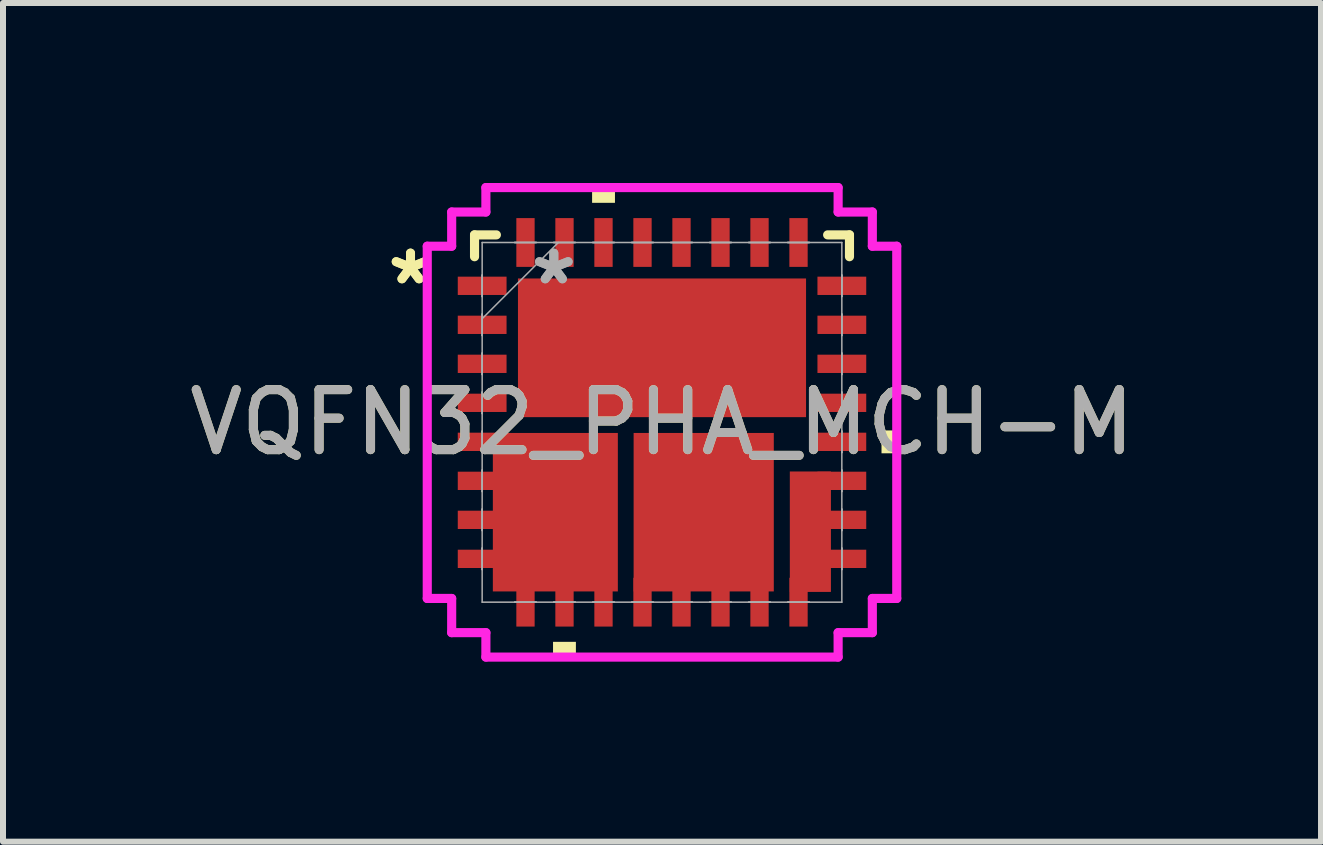
<source format=kicad_pcb>
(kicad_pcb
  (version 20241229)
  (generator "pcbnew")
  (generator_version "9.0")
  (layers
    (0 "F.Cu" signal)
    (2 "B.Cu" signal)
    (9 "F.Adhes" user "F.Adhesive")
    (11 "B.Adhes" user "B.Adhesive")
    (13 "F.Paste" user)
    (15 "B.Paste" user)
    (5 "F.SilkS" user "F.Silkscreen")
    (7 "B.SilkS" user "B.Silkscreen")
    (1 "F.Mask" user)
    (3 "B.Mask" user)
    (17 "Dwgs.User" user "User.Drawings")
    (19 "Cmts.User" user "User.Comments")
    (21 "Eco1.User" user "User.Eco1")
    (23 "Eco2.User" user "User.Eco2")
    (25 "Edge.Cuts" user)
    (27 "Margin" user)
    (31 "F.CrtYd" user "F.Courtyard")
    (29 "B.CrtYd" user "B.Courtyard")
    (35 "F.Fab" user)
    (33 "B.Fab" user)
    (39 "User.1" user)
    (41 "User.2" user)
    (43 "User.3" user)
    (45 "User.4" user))
  (footprint "VQFN32_PHA_MCH-M"
    (layer "F.Cu")
    (at 7.982 3.988)
    (property "Reference" "VQFN32_PHA_MCH-M" (at 0 0 0) (unlocked yes) (layer "F.SilkS") (effects (font (size 1 1) (thickness 0.15))))
    (attr smd)
    (fp_poly (pts (xy -2.819 0.177) (xy -0.736 0.177) (xy -0.736 2.818) (xy -2.819 2.818)) (stroke (width 0) (type solid)) (fill yes) (layer "F.Cu"))
    (fp_poly (pts (xy -0.473 0.177) (xy 1.863 0.177) (xy 1.863 2.818) (xy -0.473 2.818)) (stroke (width 0) (type solid)) (fill yes) (layer "F.Cu"))
    (fp_poly (pts (xy 2.13 0.819) (xy 2.815 0.819) (xy 2.815 2.826) (xy 2.13 2.826)) (stroke (width 0) (type solid)) (fill yes) (layer "F.Cu"))
    (fp_poly (pts (xy -2.819 0.177) (xy -0.736 0.177) (xy -0.736 2.818) (xy -2.819 2.818)) (stroke (width 0) (type solid)) (fill yes) (layer "F.Mask"))
    (fp_poly (pts (xy -0.473 0.177) (xy 1.863 0.177) (xy 1.863 2.818) (xy -0.473 2.818)) (stroke (width 0) (type solid)) (fill yes) (layer "F.Mask"))
    (fp_poly (pts (xy 2.13 0.819) (xy 2.815 0.819) (xy 2.815 2.826) (xy 2.13 2.826)) (stroke (width 0) (type solid)) (fill yes) (layer "F.Mask"))
    (fp_line (start -3.124 -3.124) (end -3.124 -2.76) (stroke (width 0.152) (type solid)) (layer "F.SilkS"))
    (fp_line (start -2.76 -3.124) (end -3.124 -3.124) (stroke (width 0.152) (type solid)) (layer "F.SilkS"))
    (fp_line (start 3.124 -3.124) (end 2.76 -3.124) (stroke (width 0.152) (type solid)) (layer "F.SilkS"))
    (fp_line (start 3.124 -2.76) (end 3.124 -3.124) (stroke (width 0.152) (type solid)) (layer "F.SilkS"))
    (fp_poly (pts (xy -1.816 3.658) (xy -1.816 3.912) (xy -1.435 3.912) (xy -1.435 3.658)) (stroke (width 0) (type solid)) (fill yes) (layer "F.SilkS"))
    (fp_poly (pts (xy -1.165 -3.658) (xy -1.165 -3.912) (xy -0.784 -3.912) (xy -0.784 -3.658)) (stroke (width 0) (type solid)) (fill yes) (layer "F.SilkS"))
    (fp_poly (pts (xy 3.912 0.135) (xy 3.912 0.516) (xy 3.658 0.516) (xy 3.658 0.135)) (stroke (width 0) (type solid)) (fill yes) (layer "F.SilkS"))
    (fp_poly (pts (xy -2.819 0.177) (xy -0.736 0.177) (xy -0.736 2.818) (xy -2.819 2.818)) (stroke (width 0) (type solid)) (fill yes) (layer "F.Paste"))
    (fp_poly (pts (xy -0.473 0.177) (xy 1.863 0.177) (xy 1.863 2.818) (xy -0.473 2.818)) (stroke (width 0) (type solid)) (fill yes) (layer "F.Paste"))
    (fp_poly (pts (xy 2.13 0.819) (xy 2.815 0.819) (xy 2.815 2.826) (xy 2.13 2.826)) (stroke (width 0) (type solid)) (fill yes) (layer "F.Paste"))
    (fp_line (start -3.912 -2.935) (end -3.505 -2.935) (stroke (width 0.152) (type solid)) (layer "F.CrtYd"))
    (fp_line (start -3.912 2.935) (end -3.912 -2.935) (stroke (width 0.152) (type solid)) (layer "F.CrtYd"))
    (fp_line (start -3.505 -3.505) (end -2.935 -3.505) (stroke (width 0.152) (type solid)) (layer "F.CrtYd"))
    (fp_line (start -3.505 -2.935) (end -3.505 -3.505) (stroke (width 0.152) (type solid)) (layer "F.CrtYd"))
    (fp_line (start -3.505 2.935) (end -3.912 2.935) (stroke (width 0.152) (type solid)) (layer "F.CrtYd"))
    (fp_line (start -3.505 3.505) (end -3.505 2.935) (stroke (width 0.152) (type solid)) (layer "F.CrtYd"))
    (fp_line (start -2.935 -3.912) (end 2.935 -3.912) (stroke (width 0.152) (type solid)) (layer "F.CrtYd"))
    (fp_line (start -2.935 -3.505) (end -2.935 -3.912) (stroke (width 0.152) (type solid)) (layer "F.CrtYd"))
    (fp_line (start -2.935 3.505) (end -3.505 3.505) (stroke (width 0.152) (type solid)) (layer "F.CrtYd"))
    (fp_line (start -2.935 3.912) (end -2.935 3.505) (stroke (width 0.152) (type solid)) (layer "F.CrtYd"))
    (fp_line (start 2.935 -3.912) (end 2.935 -3.505) (stroke (width 0.152) (type solid)) (layer "F.CrtYd"))
    (fp_line (start 2.935 -3.505) (end 3.505 -3.505) (stroke (width 0.152) (type solid)) (layer "F.CrtYd"))
    (fp_line (start 2.935 3.505) (end 2.935 3.912) (stroke (width 0.152) (type solid)) (layer "F.CrtYd"))
    (fp_line (start 2.935 3.912) (end -2.935 3.912) (stroke (width 0.152) (type solid)) (layer "F.CrtYd"))
    (fp_line (start 3.505 -3.505) (end 3.505 -2.935) (stroke (width 0.152) (type solid)) (layer "F.CrtYd"))
    (fp_line (start 3.505 -2.935) (end 3.912 -2.935) (stroke (width 0.152) (type solid)) (layer "F.CrtYd"))
    (fp_line (start 3.505 2.935) (end 3.505 3.505) (stroke (width 0.152) (type solid)) (layer "F.CrtYd"))
    (fp_line (start 3.505 3.505) (end 2.935 3.505) (stroke (width 0.152) (type solid)) (layer "F.CrtYd"))
    (fp_line (start 3.912 -2.935) (end 3.912 2.935) (stroke (width 0.152) (type solid)) (layer "F.CrtYd"))
    (fp_line (start 3.912 2.935) (end 3.505 2.935) (stroke (width 0.152) (type solid)) (layer "F.CrtYd"))
    (fp_line (start -2.997 -2.997) (end -2.997 2.997) (stroke (width 0.025) (type solid)) (layer "F.Fab"))
    (fp_line (start -2.997 -2.453) (end -2.997 -2.453) (stroke (width 0.025) (type solid)) (layer "F.Fab"))
    (fp_line (start -2.997 -2.453) (end -2.997 -2.097) (stroke (width 0.025) (type solid)) (layer "F.Fab"))
    (fp_line (start -2.997 -2.097) (end -2.997 -2.453) (stroke (width 0.025) (type solid)) (layer "F.Fab"))
    (fp_line (start -2.997 -2.097) (end -2.997 -2.097) (stroke (width 0.025) (type solid)) (layer "F.Fab"))
    (fp_line (start -2.997 -1.803) (end -2.997 -1.803) (stroke (width 0.025) (type solid)) (layer "F.Fab"))
    (fp_line (start -2.997 -1.803) (end -2.997 -1.447) (stroke (width 0.025) (type solid)) (layer "F.Fab"))
    (fp_line (start -2.997 -1.727) (end -1.727 -2.997) (stroke (width 0.025) (type solid)) (layer "F.Fab"))
    (fp_line (start -2.997 -1.447) (end -2.997 -1.803) (stroke (width 0.025) (type solid)) (layer "F.Fab"))
    (fp_line (start -2.997 -1.447) (end -2.997 -1.447) (stroke (width 0.025) (type solid)) (layer "F.Fab"))
    (fp_line (start -2.997 -1.153) (end -2.997 -1.153) (stroke (width 0.025) (type solid)) (layer "F.Fab"))
    (fp_line (start -2.997 -1.153) (end -2.997 -0.797) (stroke (width 0.025) (type solid)) (layer "F.Fab"))
    (fp_line (start -2.997 -0.797) (end -2.997 -1.153) (stroke (width 0.025) (type solid)) (layer "F.Fab"))
    (fp_line (start -2.997 -0.797) (end -2.997 -0.797) (stroke (width 0.025) (type solid)) (layer "F.Fab"))
    (fp_line (start -2.997 -0.503) (end -2.997 -0.503) (stroke (width 0.025) (type solid)) (layer "F.Fab"))
    (fp_line (start -2.997 -0.503) (end -2.997 -0.147) (stroke (width 0.025) (type solid)) (layer "F.Fab"))
    (fp_line (start -2.997 -0.147) (end -2.997 -0.503) (stroke (width 0.025) (type solid)) (layer "F.Fab"))
    (fp_line (start -2.997 -0.147) (end -2.997 -0.147) (stroke (width 0.025) (type solid)) (layer "F.Fab"))
    (fp_line (start -2.997 0.147) (end -2.997 0.147) (stroke (width 0.025) (type solid)) (layer "F.Fab"))
    (fp_line (start -2.997 0.147) (end -2.997 0.503) (stroke (width 0.025) (type solid)) (layer "F.Fab"))
    (fp_line (start -2.997 0.503) (end -2.997 0.147) (stroke (width 0.025) (type solid)) (layer "F.Fab"))
    (fp_line (start -2.997 0.503) (end -2.997 0.503) (stroke (width 0.025) (type solid)) (layer "F.Fab"))
    (fp_line (start -2.997 0.797) (end -2.997 0.797) (stroke (width 0.025) (type solid)) (layer "F.Fab"))
    (fp_line (start -2.997 0.797) (end -2.997 1.153) (stroke (width 0.025) (type solid)) (layer "F.Fab"))
    (fp_line (start -2.997 1.153) (end -2.997 0.797) (stroke (width 0.025) (type solid)) (layer "F.Fab"))
    (fp_line (start -2.997 1.153) (end -2.997 1.153) (stroke (width 0.025) (type solid)) (layer "F.Fab"))
    (fp_line (start -2.997 1.447) (end -2.997 1.447) (stroke (width 0.025) (type solid)) (layer "F.Fab"))
    (fp_line (start -2.997 1.447) (end -2.997 1.803) (stroke (width 0.025) (type solid)) (layer "F.Fab"))
    (fp_line (start -2.997 1.803) (end -2.997 1.447) (stroke (width 0.025) (type solid)) (layer "F.Fab"))
    (fp_line (start -2.997 1.803) (end -2.997 1.803) (stroke (width 0.025) (type solid)) (layer "F.Fab"))
    (fp_line (start -2.997 2.097) (end -2.997 2.097) (stroke (width 0.025) (type solid)) (layer "F.Fab"))
    (fp_line (start -2.997 2.097) (end -2.997 2.453) (stroke (width 0.025) (type solid)) (layer "F.Fab"))
    (fp_line (start -2.997 2.453) (end -2.997 2.097) (stroke (width 0.025) (type solid)) (layer "F.Fab"))
    (fp_line (start -2.997 2.453) (end -2.997 2.453) (stroke (width 0.025) (type solid)) (layer "F.Fab"))
    (fp_line (start -2.997 2.997) (end 2.997 2.997) (stroke (width 0.025) (type solid)) (layer "F.Fab"))
    (fp_line (start -2.453 -2.997) (end -2.453 -2.997) (stroke (width 0.025) (type solid)) (layer "F.Fab"))
    (fp_line (start -2.453 -2.997) (end -2.097 -2.997) (stroke (width 0.025) (type solid)) (layer "F.Fab"))
    (fp_line (start -2.453 2.997) (end -2.453 2.997) (stroke (width 0.025) (type solid)) (layer "F.Fab"))
    (fp_line (start -2.453 2.997) (end -2.097 2.997) (stroke (width 0.025) (type solid)) (layer "F.Fab"))
    (fp_line (start -2.097 -2.997) (end -2.453 -2.997) (stroke (width 0.025) (type solid)) (layer "F.Fab"))
    (fp_line (start -2.097 -2.997) (end -2.097 -2.997) (stroke (width 0.025) (type solid)) (layer "F.Fab"))
    (fp_line (start -2.097 2.997) (end -2.453 2.997) (stroke (width 0.025) (type solid)) (layer "F.Fab"))
    (fp_line (start -2.097 2.997) (end -2.097 2.997) (stroke (width 0.025) (type solid)) (layer "F.Fab"))
    (fp_line (start -1.803 -2.997) (end -1.803 -2.997) (stroke (width 0.025) (type solid)) (layer "F.Fab"))
    (fp_line (start -1.803 -2.997) (end -1.447 -2.997) (stroke (width 0.025) (type solid)) (layer "F.Fab"))
    (fp_line (start -1.803 2.997) (end -1.803 2.997) (stroke (width 0.025) (type solid)) (layer "F.Fab"))
    (fp_line (start -1.803 2.997) (end -1.447 2.997) (stroke (width 0.025) (type solid)) (layer "F.Fab"))
    (fp_line (start -1.447 -2.997) (end -1.803 -2.997) (stroke (width 0.025) (type solid)) (layer "F.Fab"))
    (fp_line (start -1.447 -2.997) (end -1.447 -2.997) (stroke (width 0.025) (type solid)) (layer "F.Fab"))
    (fp_line (start -1.447 2.997) (end -1.803 2.997) (stroke (width 0.025) (type solid)) (layer "F.Fab"))
    (fp_line (start -1.447 2.997) (end -1.447 2.997) (stroke (width 0.025) (type solid)) (layer "F.Fab"))
    (fp_line (start -1.153 -2.997) (end -1.153 -2.997) (stroke (width 0.025) (type solid)) (layer "F.Fab"))
    (fp_line (start -1.153 -2.997) (end -0.797 -2.997) (stroke (width 0.025) (type solid)) (layer "F.Fab"))
    (fp_line (start -1.153 2.997) (end -1.153 2.997) (stroke (width 0.025) (type solid)) (layer "F.Fab"))
    (fp_line (start -1.153 2.997) (end -0.797 2.997) (stroke (width 0.025) (type solid)) (layer "F.Fab"))
    (fp_line (start -0.797 -2.997) (end -1.153 -2.997) (stroke (width 0.025) (type solid)) (layer "F.Fab"))
    (fp_line (start -0.797 -2.997) (end -0.797 -2.997) (stroke (width 0.025) (type solid)) (layer "F.Fab"))
    (fp_line (start -0.797 2.997) (end -1.153 2.997) (stroke (width 0.025) (type solid)) (layer "F.Fab"))
    (fp_line (start -0.797 2.997) (end -0.797 2.997) (stroke (width 0.025) (type solid)) (layer "F.Fab"))
    (fp_line (start -0.503 -2.997) (end -0.503 -2.997) (stroke (width 0.025) (type solid)) (layer "F.Fab"))
    (fp_line (start -0.503 -2.997) (end -0.147 -2.997) (stroke (width 0.025) (type solid)) (layer "F.Fab"))
    (fp_line (start -0.503 2.997) (end -0.503 2.997) (stroke (width 0.025) (type solid)) (layer "F.Fab"))
    (fp_line (start -0.503 2.997) (end -0.147 2.997) (stroke (width 0.025) (type solid)) (layer "F.Fab"))
    (fp_line (start -0.147 -2.997) (end -0.503 -2.997) (stroke (width 0.025) (type solid)) (layer "F.Fab"))
    (fp_line (start -0.147 -2.997) (end -0.147 -2.997) (stroke (width 0.025) (type solid)) (layer "F.Fab"))
    (fp_line (start -0.147 2.997) (end -0.503 2.997) (stroke (width 0.025) (type solid)) (layer "F.Fab"))
    (fp_line (start -0.147 2.997) (end -0.147 2.997) (stroke (width 0.025) (type solid)) (layer "F.Fab"))
    (fp_line (start 0.147 -2.997) (end 0.147 -2.997) (stroke (width 0.025) (type solid)) (layer "F.Fab"))
    (fp_line (start 0.147 -2.997) (end 0.503 -2.997) (stroke (width 0.025) (type solid)) (layer "F.Fab"))
    (fp_line (start 0.147 2.997) (end 0.147 2.997) (stroke (width 0.025) (type solid)) (layer "F.Fab"))
    (fp_line (start 0.147 2.997) (end 0.503 2.997) (stroke (width 0.025) (type solid)) (layer "F.Fab"))
    (fp_line (start 0.503 -2.997) (end 0.147 -2.997) (stroke (width 0.025) (type solid)) (layer "F.Fab"))
    (fp_line (start 0.503 -2.997) (end 0.503 -2.997) (stroke (width 0.025) (type solid)) (layer "F.Fab"))
    (fp_line (start 0.503 2.997) (end 0.147 2.997) (stroke (width 0.025) (type solid)) (layer "F.Fab"))
    (fp_line (start 0.503 2.997) (end 0.503 2.997) (stroke (width 0.025) (type solid)) (layer "F.Fab"))
    (fp_line (start 0.797 -2.997) (end 0.797 -2.997) (stroke (width 0.025) (type solid)) (layer "F.Fab"))
    (fp_line (start 0.797 -2.997) (end 1.153 -2.997) (stroke (width 0.025) (type solid)) (layer "F.Fab"))
    (fp_line (start 0.797 2.997) (end 0.797 2.997) (stroke (width 0.025) (type solid)) (layer "F.Fab"))
    (fp_line (start 0.797 2.997) (end 1.153 2.997) (stroke (width 0.025) (type solid)) (layer "F.Fab"))
    (fp_line (start 1.153 -2.997) (end 0.797 -2.997) (stroke (width 0.025) (type solid)) (layer "F.Fab"))
    (fp_line (start 1.153 -2.997) (end 1.153 -2.997) (stroke (width 0.025) (type solid)) (layer "F.Fab"))
    (fp_line (start 1.153 2.997) (end 0.797 2.997) (stroke (width 0.025) (type solid)) (layer "F.Fab"))
    (fp_line (start 1.153 2.997) (end 1.153 2.997) (stroke (width 0.025) (type solid)) (layer "F.Fab"))
    (fp_line (start 1.447 -2.997) (end 1.447 -2.997) (stroke (width 0.025) (type solid)) (layer "F.Fab"))
    (fp_line (start 1.447 -2.997) (end 1.803 -2.997) (stroke (width 0.025) (type solid)) (layer "F.Fab"))
    (fp_line (start 1.447 2.997) (end 1.447 2.997) (stroke (width 0.025) (type solid)) (layer "F.Fab"))
    (fp_line (start 1.447 2.997) (end 1.803 2.997) (stroke (width 0.025) (type solid)) (layer "F.Fab"))
    (fp_line (start 1.803 -2.997) (end 1.447 -2.997) (stroke (width 0.025) (type solid)) (layer "F.Fab"))
    (fp_line (start 1.803 -2.997) (end 1.803 -2.997) (stroke (width 0.025) (type solid)) (layer "F.Fab"))
    (fp_line (start 1.803 2.997) (end 1.447 2.997) (stroke (width 0.025) (type solid)) (layer "F.Fab"))
    (fp_line (start 1.803 2.997) (end 1.803 2.997) (stroke (width 0.025) (type solid)) (layer "F.Fab"))
    (fp_line (start 2.097 -2.997) (end 2.097 -2.997) (stroke (width 0.025) (type solid)) (layer "F.Fab"))
    (fp_line (start 2.097 -2.997) (end 2.453 -2.997) (stroke (width 0.025) (type solid)) (layer "F.Fab"))
    (fp_line (start 2.097 2.997) (end 2.097 2.997) (stroke (width 0.025) (type solid)) (layer "F.Fab"))
    (fp_line (start 2.097 2.997) (end 2.453 2.997) (stroke (width 0.025) (type solid)) (layer "F.Fab"))
    (fp_line (start 2.453 -2.997) (end 2.097 -2.997) (stroke (width 0.025) (type solid)) (layer "F.Fab"))
    (fp_line (start 2.453 -2.997) (end 2.453 -2.997) (stroke (width 0.025) (type solid)) (layer "F.Fab"))
    (fp_line (start 2.453 2.997) (end 2.097 2.997) (stroke (width 0.025) (type solid)) (layer "F.Fab"))
    (fp_line (start 2.453 2.997) (end 2.453 2.997) (stroke (width 0.025) (type solid)) (layer "F.Fab"))
    (fp_line (start 2.997 -2.997) (end -2.997 -2.997) (stroke (width 0.025) (type solid)) (layer "F.Fab"))
    (fp_line (start 2.997 -2.453) (end 2.997 -2.453) (stroke (width 0.025) (type solid)) (layer "F.Fab"))
    (fp_line (start 2.997 -2.453) (end 2.997 -2.097) (stroke (width 0.025) (type solid)) (layer "F.Fab"))
    (fp_line (start 2.997 -2.097) (end 2.997 -2.453) (stroke (width 0.025) (type solid)) (layer "F.Fab"))
    (fp_line (start 2.997 -2.097) (end 2.997 -2.097) (stroke (width 0.025) (type solid)) (layer "F.Fab"))
    (fp_line (start 2.997 -1.803) (end 2.997 -1.803) (stroke (width 0.025) (type solid)) (layer "F.Fab"))
    (fp_line (start 2.997 -1.803) (end 2.997 -1.447) (stroke (width 0.025) (type solid)) (layer "F.Fab"))
    (fp_line (start 2.997 -1.447) (end 2.997 -1.803) (stroke (width 0.025) (type solid)) (layer "F.Fab"))
    (fp_line (start 2.997 -1.447) (end 2.997 -1.447) (stroke (width 0.025) (type solid)) (layer "F.Fab"))
    (fp_line (start 2.997 -1.153) (end 2.997 -1.153) (stroke (width 0.025) (type solid)) (layer "F.Fab"))
    (fp_line (start 2.997 -1.153) (end 2.997 -0.797) (stroke (width 0.025) (type solid)) (layer "F.Fab"))
    (fp_line (start 2.997 -0.797) (end 2.997 -1.153) (stroke (width 0.025) (type solid)) (layer "F.Fab"))
    (fp_line (start 2.997 -0.797) (end 2.997 -0.797) (stroke (width 0.025) (type solid)) (layer "F.Fab"))
    (fp_line (start 2.997 -0.503) (end 2.997 -0.503) (stroke (width 0.025) (type solid)) (layer "F.Fab"))
    (fp_line (start 2.997 -0.503) (end 2.997 -0.147) (stroke (width 0.025) (type solid)) (layer "F.Fab"))
    (fp_line (start 2.997 -0.147) (end 2.997 -0.503) (stroke (width 0.025) (type solid)) (layer "F.Fab"))
    (fp_line (start 2.997 -0.147) (end 2.997 -0.147) (stroke (width 0.025) (type solid)) (layer "F.Fab"))
    (fp_line (start 2.997 0.147) (end 2.997 0.147) (stroke (width 0.025) (type solid)) (layer "F.Fab"))
    (fp_line (start 2.997 0.147) (end 2.997 0.503) (stroke (width 0.025) (type solid)) (layer "F.Fab"))
    (fp_line (start 2.997 0.503) (end 2.997 0.147) (stroke (width 0.025) (type solid)) (layer "F.Fab"))
    (fp_line (start 2.997 0.503) (end 2.997 0.503) (stroke (width 0.025) (type solid)) (layer "F.Fab"))
    (fp_line (start 2.997 0.797) (end 2.997 0.797) (stroke (width 0.025) (type solid)) (layer "F.Fab"))
    (fp_line (start 2.997 0.797) (end 2.997 1.153) (stroke (width 0.025) (type solid)) (layer "F.Fab"))
    (fp_line (start 2.997 1.153) (end 2.997 0.797) (stroke (width 0.025) (type solid)) (layer "F.Fab"))
    (fp_line (start 2.997 1.153) (end 2.997 1.153) (stroke (width 0.025) (type solid)) (layer "F.Fab"))
    (fp_line (start 2.997 1.447) (end 2.997 1.447) (stroke (width 0.025) (type solid)) (layer "F.Fab"))
    (fp_line (start 2.997 1.447) (end 2.997 1.803) (stroke (width 0.025) (type solid)) (layer "F.Fab"))
    (fp_line (start 2.997 1.803) (end 2.997 1.447) (stroke (width 0.025) (type solid)) (layer "F.Fab"))
    (fp_line (start 2.997 1.803) (end 2.997 1.803) (stroke (width 0.025) (type solid)) (layer "F.Fab"))
    (fp_line (start 2.997 2.097) (end 2.997 2.097) (stroke (width 0.025) (type solid)) (layer "F.Fab"))
    (fp_line (start 2.997 2.097) (end 2.997 2.453) (stroke (width 0.025) (type solid)) (layer "F.Fab"))
    (fp_line (start 2.997 2.453) (end 2.997 2.097) (stroke (width 0.025) (type solid)) (layer "F.Fab"))
    (fp_line (start 2.997 2.453) (end 2.997 2.453) (stroke (width 0.025) (type solid)) (layer "F.Fab"))
    (fp_line (start 2.997 2.997) (end 2.997 -2.997) (stroke (width 0.025) (type solid)) (layer "F.Fab"))
    (fp_text user "*" (at -4.191 -2.275 0) (unlocked yes) (layer "F.SilkS") (effects (font (size 1 1) (thickness 0.15))))
    (fp_text user "*" (at -4.191 -2.275 0) (layer "F.SilkS") (effects (font (size 1 1) (thickness 0.15))))
    (fp_text user "${REFERENCE}" (at 0 0 0) (unlocked yes) (layer "F.Fab") (effects (font (size 1 1) (thickness 0.15))))
    (fp_text user "*" (at -1.803 -2.275 0) (layer "F.Fab") (effects (font (size 1 1) (thickness 0.15))))
    (fp_text user "*" (at -1.803 -2.275 0) (unlocked yes) (layer "F.Fab") (effects (font (size 1 1) (thickness 0.15))))
    (pad "1" smd rect (at -2.997 -2.275 90) (size 0.305 0.813) (layers "F.Cu" "F.Mask" "F.Paste"))
    (pad "2" smd rect (at -2.997 -1.625 90) (size 0.305 0.813) (layers "F.Cu" "F.Mask" "F.Paste"))
    (pad "3" smd rect (at -2.997 -0.975 90) (size 0.305 0.813) (layers "F.Cu" "F.Mask" "F.Paste"))
    (pad "4" smd rect (at -2.997 -0.325 90) (size 0.305 0.813) (layers "F.Cu" "F.Mask" "F.Paste"))
    (pad "5" smd rect (at -2.997 0.325 90) (size 0.305 0.813) (layers "F.Cu" "F.Mask" "F.Paste"))
    (pad "6" smd rect (at -2.997 0.975 90) (size 0.305 0.813) (layers "F.Cu" "F.Mask" "F.Paste"))
    (pad "7" smd rect (at -2.997 1.625 90) (size 0.305 0.813) (layers "F.Cu" "F.Mask" "F.Paste"))
    (pad "8" smd rect (at -2.997 2.275 90) (size 0.305 0.813) (layers "F.Cu" "F.Mask" "F.Paste"))
    (pad "9" smd rect (at -2.275 2.997) (size 0.305 0.813) (layers "F.Cu" "F.Mask" "F.Paste"))
    (pad "10" smd rect (at -1.625 2.997) (size 0.305 0.813) (layers "F.Cu" "F.Mask" "F.Paste"))
    (pad "11" smd rect (at -0.975 2.997) (size 0.305 0.813) (layers "F.Cu" "F.Mask" "F.Paste"))
    (pad "12" smd rect (at -0.325 2.997) (size 0.305 0.813) (layers "F.Cu" "F.Mask" "F.Paste"))
    (pad "13" smd rect (at 0.325 2.997) (size 0.305 0.813) (layers "F.Cu" "F.Mask" "F.Paste"))
    (pad "14" smd rect (at 0.975 2.997) (size 0.305 0.813) (layers "F.Cu" "F.Mask" "F.Paste"))
    (pad "15" smd rect (at 1.625 2.997) (size 0.305 0.813) (layers "F.Cu" "F.Mask" "F.Paste"))
    (pad "16" smd rect (at 2.275 2.997) (size 0.305 0.813) (layers "F.Cu" "F.Mask" "F.Paste"))
    (pad "17" smd rect (at 2.997 2.275 90) (size 0.305 0.813) (layers "F.Cu" "F.Mask" "F.Paste"))
    (pad "18" smd rect (at 2.997 1.625 90) (size 0.305 0.813) (layers "F.Cu" "F.Mask" "F.Paste"))
    (pad "19" smd rect (at 2.997 0.975 90) (size 0.305 0.813) (layers "F.Cu" "F.Mask" "F.Paste"))
    (pad "20" smd rect (at 2.997 0.325 90) (size 0.305 0.813) (layers "F.Cu" "F.Mask" "F.Paste"))
    (pad "21" smd rect (at 2.997 -0.325 90) (size 0.305 0.813) (layers "F.Cu" "F.Mask" "F.Paste"))
    (pad "22" smd rect (at 2.997 -0.975 90) (size 0.305 0.813) (layers "F.Cu" "F.Mask" "F.Paste"))
    (pad "23" smd rect (at 2.997 -1.625 90) (size 0.305 0.813) (layers "F.Cu" "F.Mask" "F.Paste"))
    (pad "24" smd rect (at 2.997 -2.275 90) (size 0.305 0.813) (layers "F.Cu" "F.Mask" "F.Paste"))
    (pad "25" smd rect (at 2.275 -2.997) (size 0.305 0.813) (layers "F.Cu" "F.Mask" "F.Paste"))
    (pad "26" smd rect (at 1.625 -2.997) (size 0.305 0.813) (layers "F.Cu" "F.Mask" "F.Paste"))
    (pad "27" smd rect (at 0.975 -2.997) (size 0.305 0.813) (layers "F.Cu" "F.Mask" "F.Paste"))
    (pad "28" smd rect (at 0.325 -2.997) (size 0.305 0.813) (layers "F.Cu" "F.Mask" "F.Paste"))
    (pad "29" smd rect (at -0.325 -2.997) (size 0.305 0.813) (layers "F.Cu" "F.Mask" "F.Paste"))
    (pad "30" smd rect (at -0.975 -2.997) (size 0.305 0.813) (layers "F.Cu" "F.Mask" "F.Paste"))
    (pad "31" smd rect (at -1.625 -2.997) (size 0.305 0.813) (layers "F.Cu" "F.Mask" "F.Paste"))
    (pad "32" smd rect (at -2.275 -2.997) (size 0.305 0.813) (layers "F.Cu" "F.Mask" "F.Paste"))
    (pad "33" smd rect (at 0 -1.242) (size 4.801 2.311) (layers "F.Cu" "F.Mask" "F.Paste")))
  (gr_rect
    (start -3 -3)
    (end 18.964 10.976)
    (stroke (width 0.1) (type default))
    (fill no)
    (layer "Edge.Cuts")))
</source>
